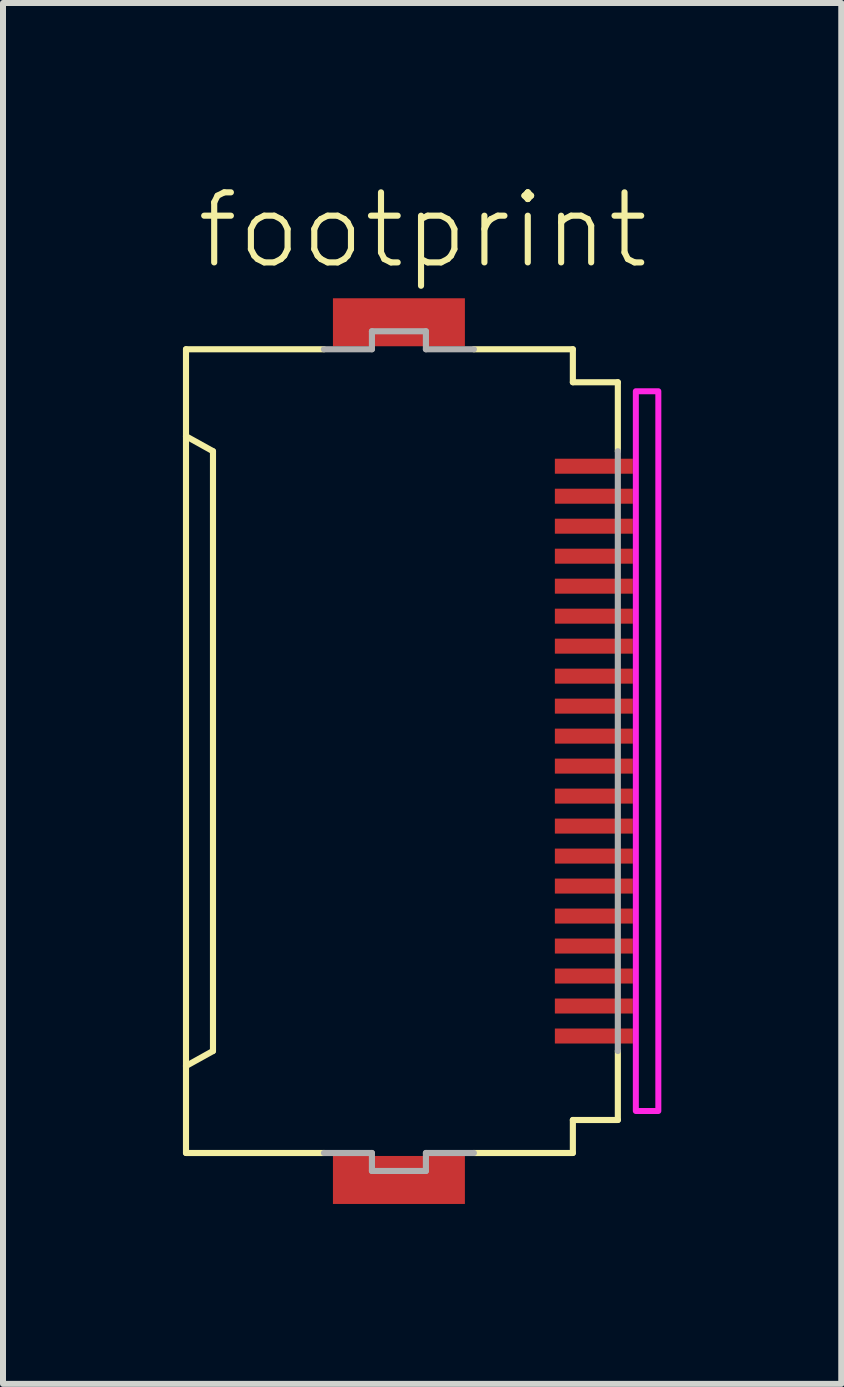
<source format=kicad_pcb>
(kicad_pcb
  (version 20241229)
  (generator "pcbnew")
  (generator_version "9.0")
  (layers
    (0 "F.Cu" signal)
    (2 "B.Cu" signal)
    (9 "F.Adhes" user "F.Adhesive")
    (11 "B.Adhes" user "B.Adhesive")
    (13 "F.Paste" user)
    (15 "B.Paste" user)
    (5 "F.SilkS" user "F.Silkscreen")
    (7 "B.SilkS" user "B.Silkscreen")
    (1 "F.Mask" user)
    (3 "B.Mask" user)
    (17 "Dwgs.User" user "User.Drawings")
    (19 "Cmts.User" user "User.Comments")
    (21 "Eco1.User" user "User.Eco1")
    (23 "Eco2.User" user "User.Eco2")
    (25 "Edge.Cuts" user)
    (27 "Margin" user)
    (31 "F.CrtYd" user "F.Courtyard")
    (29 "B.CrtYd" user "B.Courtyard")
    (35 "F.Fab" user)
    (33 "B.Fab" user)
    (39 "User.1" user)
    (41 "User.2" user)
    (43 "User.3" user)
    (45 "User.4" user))
  (footprint "footprint"
    (layer "F.Cu")
    (at 3.676 9.473)
    (property "Reference" "footprint" (at -3.5 -8 0) (layer "F.SilkS") (effects (font (size 1.168 1.168) (thickness 0.102)) (justify left bottom)))
    (fp_poly (pts (xy 2.475 -4.575) (xy 3.875 -4.575) (xy 3.875 -4.925) (xy 2.475 -4.925)) (stroke (width 0) (type solid)) (fill yes) (layer "F.Mask"))
    (fp_poly (pts (xy 2.475 -4.075) (xy 3.875 -4.075) (xy 3.875 -4.425) (xy 2.475 -4.425)) (stroke (width 0) (type solid)) (fill yes) (layer "F.Mask"))
    (fp_poly (pts (xy 2.475 -3.575) (xy 3.875 -3.575) (xy 3.875 -3.925) (xy 2.475 -3.925)) (stroke (width 0) (type solid)) (fill yes) (layer "F.Mask"))
    (fp_poly (pts (xy 2.475 -3.075) (xy 3.875 -3.075) (xy 3.875 -3.425) (xy 2.475 -3.425)) (stroke (width 0) (type solid)) (fill yes) (layer "F.Mask"))
    (fp_poly (pts (xy 2.475 -2.575) (xy 3.875 -2.575) (xy 3.875 -2.925) (xy 2.475 -2.925)) (stroke (width 0) (type solid)) (fill yes) (layer "F.Mask"))
    (fp_poly (pts (xy 2.475 -2.075) (xy 3.875 -2.075) (xy 3.875 -2.425) (xy 2.475 -2.425)) (stroke (width 0) (type solid)) (fill yes) (layer "F.Mask"))
    (fp_poly (pts (xy 2.475 -1.575) (xy 3.875 -1.575) (xy 3.875 -1.925) (xy 2.475 -1.925)) (stroke (width 0) (type solid)) (fill yes) (layer "F.Mask"))
    (fp_poly (pts (xy 2.475 -1.075) (xy 3.875 -1.075) (xy 3.875 -1.425) (xy 2.475 -1.425)) (stroke (width 0) (type solid)) (fill yes) (layer "F.Mask"))
    (fp_poly (pts (xy 2.475 -0.575) (xy 3.875 -0.575) (xy 3.875 -0.925) (xy 2.475 -0.925)) (stroke (width 0) (type solid)) (fill yes) (layer "F.Mask"))
    (fp_poly (pts (xy 2.475 -0.075) (xy 3.875 -0.075) (xy 3.875 -0.425) (xy 2.475 -0.425)) (stroke (width 0) (type solid)) (fill yes) (layer "F.Mask"))
    (fp_poly (pts (xy 2.475 0.425) (xy 3.875 0.425) (xy 3.875 0.075) (xy 2.475 0.075)) (stroke (width 0) (type solid)) (fill yes) (layer "F.Mask"))
    (fp_poly (pts (xy 2.475 0.925) (xy 3.875 0.925) (xy 3.875 0.575) (xy 2.475 0.575)) (stroke (width 0) (type solid)) (fill yes) (layer "F.Mask"))
    (fp_poly (pts (xy 2.475 1.425) (xy 3.875 1.425) (xy 3.875 1.075) (xy 2.475 1.075)) (stroke (width 0) (type solid)) (fill yes) (layer "F.Mask"))
    (fp_poly (pts (xy 2.475 1.925) (xy 3.875 1.925) (xy 3.875 1.575) (xy 2.475 1.575)) (stroke (width 0) (type solid)) (fill yes) (layer "F.Mask"))
    (fp_poly (pts (xy 2.475 2.425) (xy 3.875 2.425) (xy 3.875 2.075) (xy 2.475 2.075)) (stroke (width 0) (type solid)) (fill yes) (layer "F.Mask"))
    (fp_poly (pts (xy 2.475 2.925) (xy 3.875 2.925) (xy 3.875 2.575) (xy 2.475 2.575)) (stroke (width 0) (type solid)) (fill yes) (layer "F.Mask"))
    (fp_poly (pts (xy 2.475 3.425) (xy 3.875 3.425) (xy 3.875 3.075) (xy 2.475 3.075)) (stroke (width 0) (type solid)) (fill yes) (layer "F.Mask"))
    (fp_poly (pts (xy 2.475 3.925) (xy 3.875 3.925) (xy 3.875 3.575) (xy 2.475 3.575)) (stroke (width 0) (type solid)) (fill yes) (layer "F.Mask"))
    (fp_poly (pts (xy 2.475 4.425) (xy 3.875 4.425) (xy 3.875 4.075) (xy 2.475 4.075)) (stroke (width 0) (type solid)) (fill yes) (layer "F.Mask"))
    (fp_poly (pts (xy 2.475 4.925) (xy 3.875 4.925) (xy 3.875 4.575) (xy 2.475 4.575)) (stroke (width 0) (type solid)) (fill yes) (layer "F.Mask"))
    (fp_line (start -3.625 -6.7) (end -1.325 -6.7) (stroke (width 0.102) (type solid)) (layer "F.SilkS"))
    (fp_line (start -3.625 -5.25) (end -3.625 -6.7) (stroke (width 0.102) (type solid)) (layer "F.SilkS"))
    (fp_line (start -3.625 -5.25) (end -3.625 5.25) (stroke (width 0.102) (type solid)) (layer "F.SilkS"))
    (fp_line (start -3.625 5.25) (end -3.175 5) (stroke (width 0.102) (type solid)) (layer "F.SilkS"))
    (fp_line (start -3.625 6.7) (end -3.625 5.25) (stroke (width 0.102) (type solid)) (layer "F.SilkS"))
    (fp_line (start -3.175 -5) (end -3.625 -5.25) (stroke (width 0.102) (type solid)) (layer "F.SilkS"))
    (fp_line (start -3.175 5) (end -3.175 -5) (stroke (width 0.102) (type solid)) (layer "F.SilkS"))
    (fp_line (start -1.325 6.7) (end -3.625 6.7) (stroke (width 0.102) (type solid)) (layer "F.SilkS"))
    (fp_line (start 1.175 -6.7) (end 2.825 -6.7) (stroke (width 0.102) (type solid)) (layer "F.SilkS"))
    (fp_line (start 1.175 6.7) (end 2.825 6.7) (stroke (width 0.102) (type solid)) (layer "F.SilkS"))
    (fp_line (start 2.825 -6.7) (end 2.825 -6.15) (stroke (width 0.102) (type solid)) (layer "F.SilkS"))
    (fp_line (start 2.825 -6.15) (end 3.575 -6.15) (stroke (width 0.102) (type solid)) (layer "F.SilkS"))
    (fp_line (start 2.825 6.15) (end 2.825 6.7) (stroke (width 0.102) (type solid)) (layer "F.SilkS"))
    (fp_line (start 2.825 6.15) (end 3.575 6.15) (stroke (width 0.102) (type solid)) (layer "F.SilkS"))
    (fp_line (start 3.575 -6.15) (end 3.575 -5) (stroke (width 0.102) (type solid)) (layer "F.SilkS"))
    (fp_line (start 3.575 5) (end 3.575 6.15) (stroke (width 0.102) (type solid)) (layer "F.SilkS"))
    (fp_poly (pts (xy 3.875 6) (xy 4.25 6) (xy 4.25 -6) (xy 3.875 -6)) (stroke (width 0.1) (type solid)) (fill no) (layer "F.CrtYd"))
    (fp_line (start -1.325 -6.7) (end -0.525 -6.7) (stroke (width 0.102) (type solid)) (layer "F.Fab"))
    (fp_line (start -0.525 -7) (end 0.375 -7) (stroke (width 0.102) (type solid)) (layer "F.Fab"))
    (fp_line (start -0.525 -6.7) (end -0.525 -7) (stroke (width 0.102) (type solid)) (layer "F.Fab"))
    (fp_line (start -0.525 6.7) (end -1.325 6.7) (stroke (width 0.102) (type solid)) (layer "F.Fab"))
    (fp_line (start -0.525 7) (end -0.525 6.7) (stroke (width 0.102) (type solid)) (layer "F.Fab"))
    (fp_line (start 0.375 -7) (end 0.375 -6.7) (stroke (width 0.102) (type solid)) (layer "F.Fab"))
    (fp_line (start 0.375 -6.7) (end 1.175 -6.7) (stroke (width 0.102) (type solid)) (layer "F.Fab"))
    (fp_line (start 0.375 6.7) (end 0.375 7) (stroke (width 0.102) (type solid)) (layer "F.Fab"))
    (fp_line (start 0.375 7) (end -0.525 7) (stroke (width 0.102) (type solid)) (layer "F.Fab"))
    (fp_line (start 1.175 6.7) (end 0.375 6.7) (stroke (width 0.102) (type solid)) (layer "F.Fab"))
    (fp_line (start 3.575 -5) (end 3.575 5) (stroke (width 0.102) (type solid)) (layer "F.Fab"))
    (pad "1" smd rect (at 3.175 -4.75) (size 1.3 0.25) (layers "F.Cu" "F.Paste"))
    (pad "2" smd rect (at 3.175 -4.25) (size 1.3 0.25) (layers "F.Cu" "F.Paste"))
    (pad "3" smd rect (at 3.175 -3.75) (size 1.3 0.25) (layers "F.Cu" "F.Paste"))
    (pad "4" smd rect (at 3.175 -3.25) (size 1.3 0.25) (layers "F.Cu" "F.Paste"))
    (pad "5" smd rect (at 3.175 -2.75) (size 1.3 0.25) (layers "F.Cu" "F.Paste"))
    (pad "6" smd rect (at 3.175 -2.25) (size 1.3 0.25) (layers "F.Cu" "F.Paste"))
    (pad "7" smd rect (at 3.175 -1.75) (size 1.3 0.25) (layers "F.Cu" "F.Paste"))
    (pad "8" smd rect (at 3.175 -1.25) (size 1.3 0.25) (layers "F.Cu" "F.Paste"))
    (pad "9" smd rect (at 3.175 -0.75) (size 1.3 0.25) (layers "F.Cu" "F.Paste"))
    (pad "10" smd rect (at 3.175 -0.25) (size 1.3 0.25) (layers "F.Cu" "F.Paste"))
    (pad "11" smd rect (at 3.175 0.25) (size 1.3 0.25) (layers "F.Cu" "F.Paste"))
    (pad "12" smd rect (at 3.175 0.75) (size 1.3 0.25) (layers "F.Cu" "F.Paste"))
    (pad "13" smd rect (at 3.175 1.25) (size 1.3 0.25) (layers "F.Cu" "F.Paste"))
    (pad "14" smd rect (at 3.175 1.75) (size 1.3 0.25) (layers "F.Cu" "F.Paste"))
    (pad "15" smd rect (at 3.175 2.25) (size 1.3 0.25) (layers "F.Cu" "F.Paste"))
    (pad "16" smd rect (at 3.175 2.75) (size 1.3 0.25) (layers "F.Cu" "F.Paste"))
    (pad "17" smd rect (at 3.175 3.25) (size 1.3 0.25) (layers "F.Cu" "F.Paste"))
    (pad "18" smd rect (at 3.175 3.75) (size 1.3 0.25) (layers "F.Cu" "F.Paste"))
    (pad "19" smd rect (at 3.175 4.25) (size 1.3 0.25) (layers "F.Cu" "F.Paste"))
    (pad "20" smd rect (at 3.175 4.75) (size 1.3 0.25) (layers "F.Cu" "F.Paste"))
    (pad "M1" smd rect (at -0.075 -7.15) (size 2.2 0.8) (layers "F.Cu" "F.Mask" "F.Paste"))
    (pad "M2" smd rect (at -0.075 7.15) (size 2.2 0.8) (layers "F.Cu" "F.Mask" "F.Paste"))
    (zone (net_name "") (layers "F.Cu" "B.Cu") (hatch edge 0.508) (connect_pads) (min_thickness 0.254) (filled_areas_thickness no) (keepout (tracks allowed) (vias not_allowed) (pads allowed) (copperpour allowed) (footprints allowed)) (placement (enabled no)) (fill) (polygon (pts (xy 3.901 14.473) (xy 6.151 14.473) (xy 6.151 4.473) (xy 3.901 4.473)))))
  (gr_rect
    (start -3 -3)
    (end 10.976 20.023)
    (stroke (width 0.1) (type default))
    (fill no)
    (layer "Edge.Cuts")))
</source>
